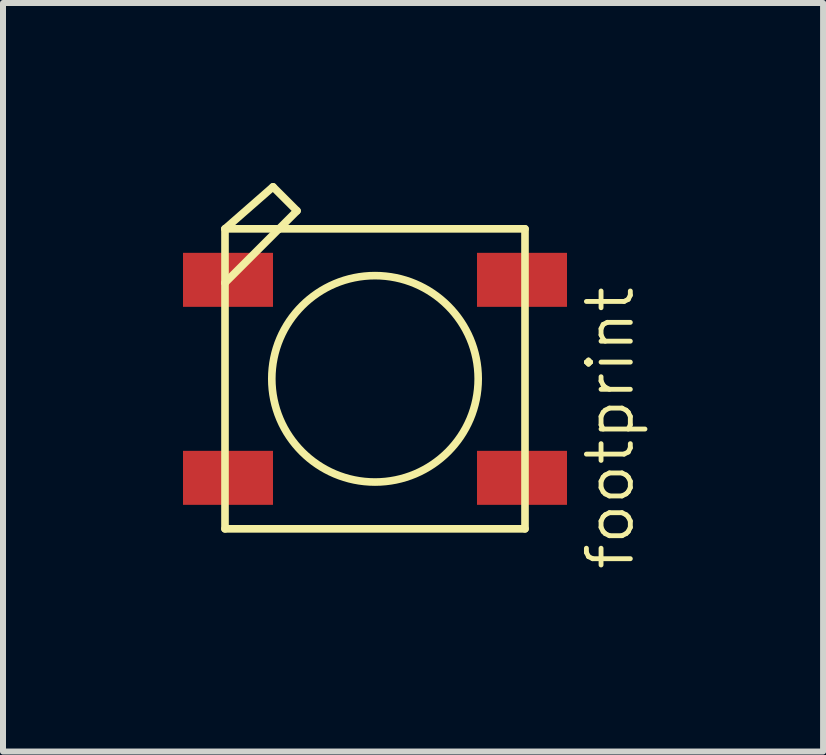
<source format=kicad_pcb>
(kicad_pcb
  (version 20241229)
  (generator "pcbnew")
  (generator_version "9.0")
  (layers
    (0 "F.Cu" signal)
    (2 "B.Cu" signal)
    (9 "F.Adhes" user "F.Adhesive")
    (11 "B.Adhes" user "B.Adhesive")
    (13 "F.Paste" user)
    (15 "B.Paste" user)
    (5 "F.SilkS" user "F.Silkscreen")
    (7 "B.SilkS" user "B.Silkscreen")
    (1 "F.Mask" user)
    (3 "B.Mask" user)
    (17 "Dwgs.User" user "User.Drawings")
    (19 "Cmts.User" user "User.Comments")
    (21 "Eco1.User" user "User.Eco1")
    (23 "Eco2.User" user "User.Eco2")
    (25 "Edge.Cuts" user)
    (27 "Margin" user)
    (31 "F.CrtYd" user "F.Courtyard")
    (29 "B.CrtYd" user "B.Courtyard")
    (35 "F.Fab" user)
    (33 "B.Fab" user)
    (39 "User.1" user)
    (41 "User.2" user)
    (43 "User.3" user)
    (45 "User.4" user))
  (footprint "footprint"
    (layer "F.Cu")
    (at 3.2 3.264)
    (property "Reference" "footprint" (at 3.493 -1.587 90) (layer "F.SilkS") (effects (font (size 0.732 0.732) (thickness 0.081)) (justify right top)))
    (fp_line (start -2.5 -2.5) (end -1.6 -2.5) (stroke (width 0.127) (type solid)) (layer "F.SilkS"))
    (fp_line (start -2.5 -1.6) (end -2.5 -2.5) (stroke (width 0.127) (type solid)) (layer "F.SilkS"))
    (fp_line (start -2.5 -1.6) (end -1.6 -2.5) (stroke (width 0.127) (type solid)) (layer "F.SilkS"))
    (fp_line (start -2.5 2.5) (end -2.5 -1.6) (stroke (width 0.127) (type solid)) (layer "F.SilkS"))
    (fp_line (start -1.7 -3.2) (end -2.5 -2.5) (stroke (width 0.127) (type solid)) (layer "F.SilkS"))
    (fp_line (start -1.6 -2.5) (end -1.3 -2.8) (stroke (width 0.127) (type solid)) (layer "F.SilkS"))
    (fp_line (start -1.6 -2.5) (end 2.5 -2.5) (stroke (width 0.127) (type solid)) (layer "F.SilkS"))
    (fp_line (start -1.3 -2.8) (end -1.7 -3.2) (stroke (width 0.127) (type solid)) (layer "F.SilkS"))
    (fp_line (start 2.5 -2.5) (end 2.5 2.5) (stroke (width 0.127) (type solid)) (layer "F.SilkS"))
    (fp_line (start 2.5 2.5) (end -2.5 2.5) (stroke (width 0.127) (type solid)) (layer "F.SilkS"))
    (fp_circle (center 0 0) (end 1.72 0) (stroke (width 0.127) (type solid)) (fill no) (layer "F.SilkS"))
    (pad "1-VDD" smd rect (at 2.45 1.65 180) (size 1.5 0.9) (layers "F.Cu" "F.Mask" "F.Paste"))
    (pad "2-DOUT" smd rect (at 2.45 -1.65 180) (size 1.5 0.9) (layers "F.Cu" "F.Mask" "F.Paste"))
    (pad "3-GND" smd rect (at -2.45 -1.65 180) (size 1.5 0.9) (layers "F.Cu" "F.Mask" "F.Paste"))
    (pad "4-DIN" smd rect (at -2.45 1.65 180) (size 1.5 0.9) (layers "F.Cu" "F.Mask" "F.Paste")))
  (gr_rect
    (start -3 -3)
    (end 10.668 9.476)
    (stroke (width 0.1) (type default))
    (fill no)
    (layer "Edge.Cuts")))
</source>
